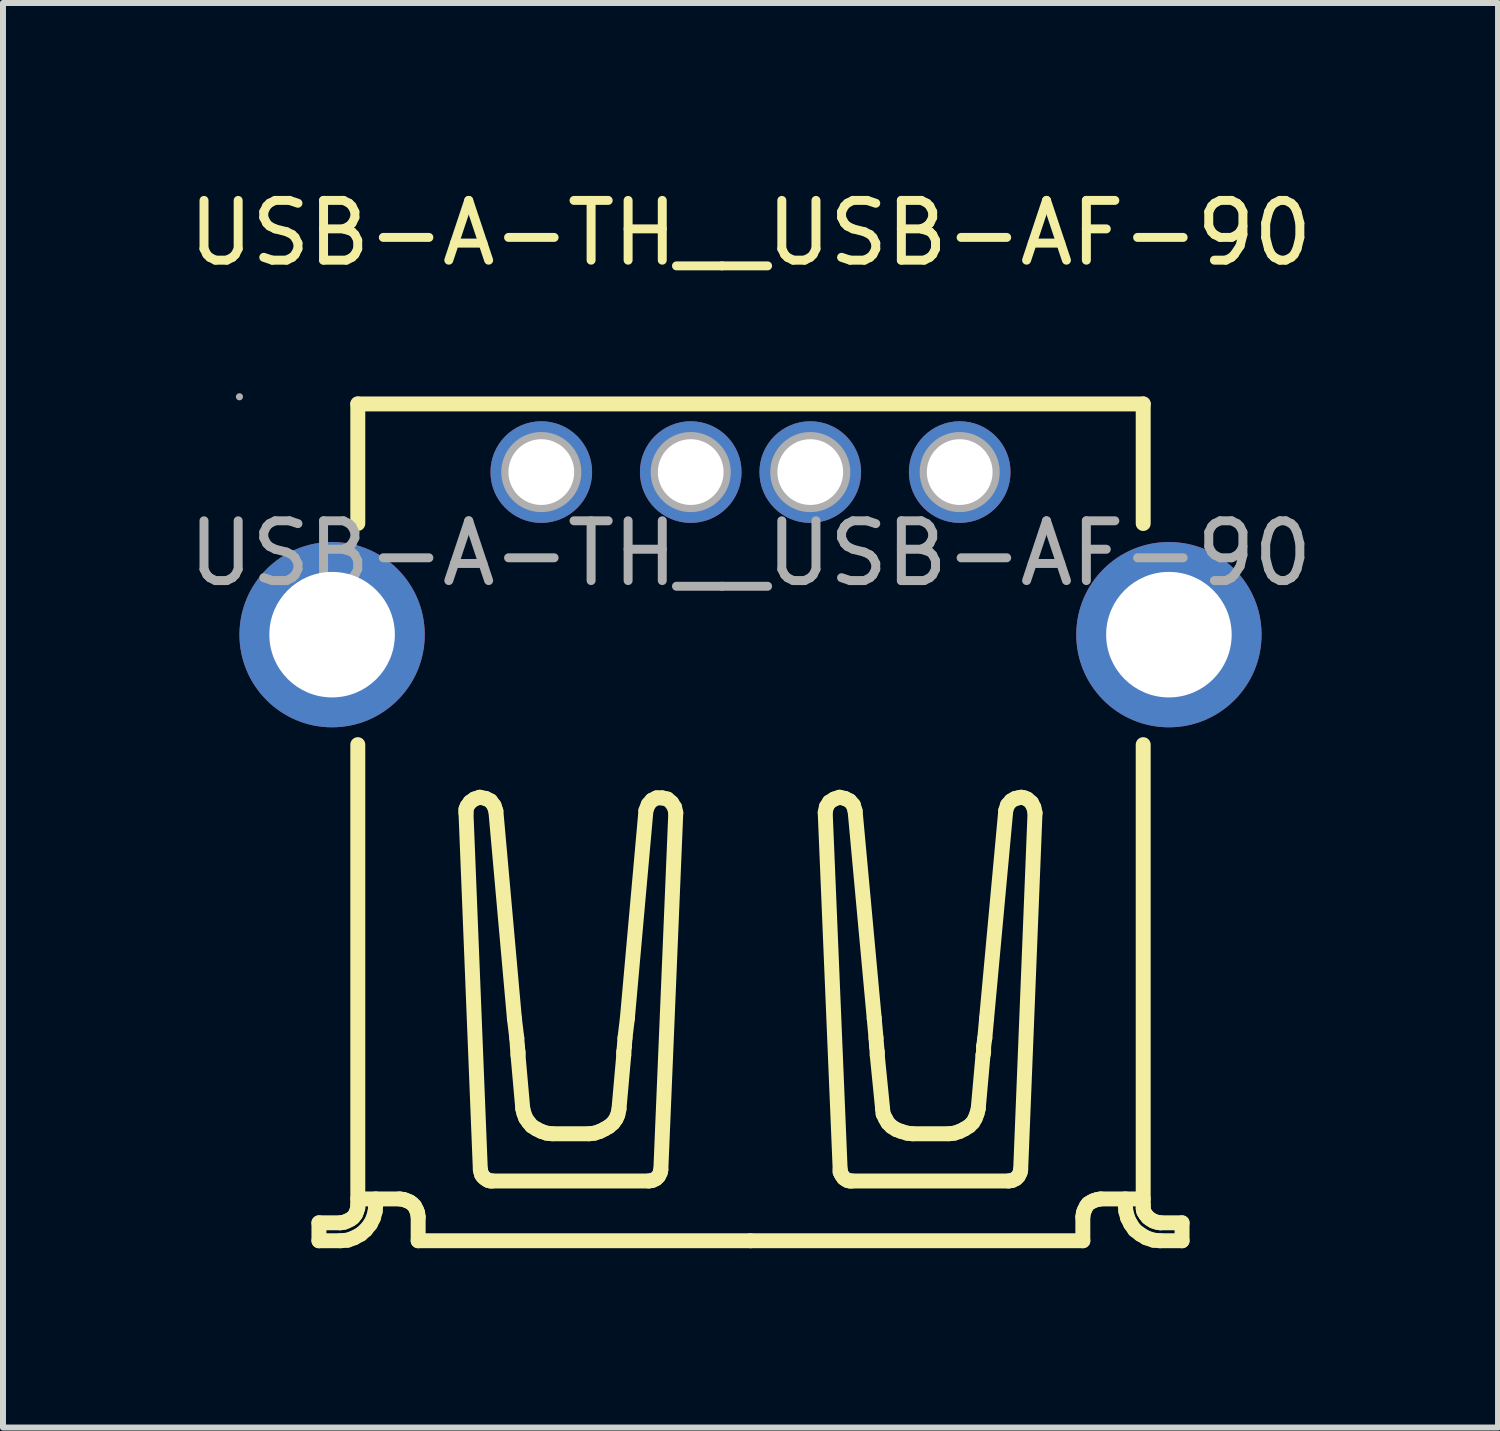
<source format=kicad_pcb>
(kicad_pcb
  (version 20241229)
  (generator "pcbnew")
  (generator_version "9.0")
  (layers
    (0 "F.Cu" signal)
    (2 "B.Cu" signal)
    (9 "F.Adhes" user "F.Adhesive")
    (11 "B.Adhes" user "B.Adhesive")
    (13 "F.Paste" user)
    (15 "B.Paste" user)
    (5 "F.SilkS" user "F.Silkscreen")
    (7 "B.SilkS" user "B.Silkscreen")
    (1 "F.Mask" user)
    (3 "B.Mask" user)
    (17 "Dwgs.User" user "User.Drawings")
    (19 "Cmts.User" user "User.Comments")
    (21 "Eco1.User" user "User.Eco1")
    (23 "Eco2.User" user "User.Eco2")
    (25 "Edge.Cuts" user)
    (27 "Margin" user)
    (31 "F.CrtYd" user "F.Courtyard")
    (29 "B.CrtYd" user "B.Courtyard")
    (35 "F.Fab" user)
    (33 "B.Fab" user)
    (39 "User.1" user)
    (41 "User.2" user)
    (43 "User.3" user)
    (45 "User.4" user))
  (footprint "USB-A-TH__USB-AF-90"
    (layer "F.Cu")
    (at 9.506 6.208)
    (property "Reference" "USB-A-TH__USB-AF-90" (at 0 -5.36 0) (layer "F.SilkS") (effects (font (size 1 1) (thickness 0.15))))
    (attr through_hole)
    (fp_line (start -7.22 11.2) (end -6.87 11.2) (stroke (width 0.25) (type solid)) (layer "F.SilkS"))
    (fp_line (start -7.22 11.5) (end -7.22 11.2) (stroke (width 0.25) (type solid)) (layer "F.SilkS"))
    (fp_line (start -6.87 11.5) (end -7.22 11.5) (stroke (width 0.25) (type solid)) (layer "F.SilkS"))
    (fp_line (start -6.8 11.19) (end -6.86 11.2) (stroke (width 0.25) (type solid)) (layer "F.SilkS"))
    (fp_line (start -6.75 11.17) (end -6.8 11.19) (stroke (width 0.25) (type solid)) (layer "F.SilkS"))
    (fp_line (start -6.74 11.49) (end -6.86 11.5) (stroke (width 0.25) (type solid)) (layer "F.SilkS"))
    (fp_line (start -6.69 11.14) (end -6.75 11.17) (stroke (width 0.25) (type solid)) (layer "F.SilkS"))
    (fp_line (start -6.65 11.11) (end -6.69 11.14) (stroke (width 0.25) (type solid)) (layer "F.SilkS"))
    (fp_line (start -6.63 11.45) (end -6.74 11.49) (stroke (width 0.25) (type solid)) (layer "F.SilkS"))
    (fp_line (start -6.61 11.06) (end -6.65 11.11) (stroke (width 0.25) (type solid)) (layer "F.SilkS"))
    (fp_line (start -6.59 11.01) (end -6.61 11.06) (stroke (width 0.25) (type solid)) (layer "F.SilkS"))
    (fp_line (start -6.57 -2.5) (end 6.57 -2.5) (stroke (width 0.25) (type solid)) (layer "F.SilkS"))
    (fp_line (start -6.57 -0.5) (end -6.57 -2.5) (stroke (width 0.25) (type solid)) (layer "F.SilkS"))
    (fp_line (start -6.57 10.8) (end -5.87 10.8) (stroke (width 0.25) (type solid)) (layer "F.SilkS"))
    (fp_line (start -6.57 10.9) (end -6.57 3.2) (stroke (width 0.25) (type solid)) (layer "F.SilkS"))
    (fp_line (start -6.57 10.9) (end -6.57 10.95) (stroke (width 0.25) (type solid)) (layer "F.SilkS"))
    (fp_line (start -6.57 10.95) (end -6.59 11.01) (stroke (width 0.25) (type solid)) (layer "F.SilkS"))
    (fp_line (start -6.52 11.39) (end -6.63 11.45) (stroke (width 0.25) (type solid)) (layer "F.SilkS"))
    (fp_line (start -6.44 11.32) (end -6.52 11.39) (stroke (width 0.25) (type solid)) (layer "F.SilkS"))
    (fp_line (start -6.36 11.22) (end -6.44 11.32) (stroke (width 0.25) (type solid)) (layer "F.SilkS"))
    (fp_line (start -6.31 11.12) (end -6.36 11.22) (stroke (width 0.25) (type solid)) (layer "F.SilkS"))
    (fp_line (start -6.28 11.01) (end -6.31 11.12) (stroke (width 0.25) (type solid)) (layer "F.SilkS"))
    (fp_line (start -6.27 10.8) (end -6.27 10.9) (stroke (width 0.25) (type solid)) (layer "F.SilkS"))
    (fp_line (start -6.27 10.9) (end -6.28 11.01) (stroke (width 0.25) (type solid)) (layer "F.SilkS"))
    (fp_line (start -5.87 10.8) (end -5.8 10.81) (stroke (width 0.25) (type solid)) (layer "F.SilkS"))
    (fp_line (start -5.8 10.81) (end -5.75 10.83) (stroke (width 0.25) (type solid)) (layer "F.SilkS"))
    (fp_line (start -5.75 10.83) (end -5.7 10.85) (stroke (width 0.25) (type solid)) (layer "F.SilkS"))
    (fp_line (start -5.7 10.85) (end -5.66 10.88) (stroke (width 0.25) (type solid)) (layer "F.SilkS"))
    (fp_line (start -5.66 10.88) (end -5.62 10.92) (stroke (width 0.25) (type solid)) (layer "F.SilkS"))
    (fp_line (start -5.62 10.92) (end -5.59 10.98) (stroke (width 0.25) (type solid)) (layer "F.SilkS"))
    (fp_line (start -5.59 10.98) (end -5.57 11.03) (stroke (width 0.25) (type solid)) (layer "F.SilkS"))
    (fp_line (start -5.57 11.03) (end -5.56 11.1) (stroke (width 0.25) (type solid)) (layer "F.SilkS"))
    (fp_line (start -5.56 11.5) (end -5.56 11.1) (stroke (width 0.25) (type solid)) (layer "F.SilkS"))
    (fp_line (start -5.56 11.5) (end 0 11.5) (stroke (width 0.25) (type solid)) (layer "F.SilkS"))
    (fp_line (start -4.76 4.28) (end -4.76 4.34) (stroke (width 0.25) (type solid)) (layer "F.SilkS"))
    (fp_line (start -4.76 4.34) (end -4.52 10.31) (stroke (width 0.25) (type solid)) (layer "F.SilkS"))
    (fp_line (start -4.74 4.23) (end -4.76 4.28) (stroke (width 0.25) (type solid)) (layer "F.SilkS"))
    (fp_line (start -4.69 4.16) (end -4.74 4.23) (stroke (width 0.25) (type solid)) (layer "F.SilkS"))
    (fp_line (start -4.62 4.11) (end -4.69 4.16) (stroke (width 0.25) (type solid)) (layer "F.SilkS"))
    (fp_line (start -4.53 4.08) (end -4.62 4.11) (stroke (width 0.25) (type solid)) (layer "F.SilkS"))
    (fp_line (start -4.52 10.31) (end -4.51 10.35) (stroke (width 0.25) (type solid)) (layer "F.SilkS"))
    (fp_line (start -4.51 10.35) (end -4.5 10.39) (stroke (width 0.25) (type solid)) (layer "F.SilkS"))
    (fp_line (start -4.5 10.39) (end -4.48 10.42) (stroke (width 0.25) (type solid)) (layer "F.SilkS"))
    (fp_line (start -4.48 10.42) (end -4.45 10.45) (stroke (width 0.25) (type solid)) (layer "F.SilkS"))
    (fp_line (start -4.45 10.45) (end -4.42 10.47) (stroke (width 0.25) (type solid)) (layer "F.SilkS"))
    (fp_line (start -4.43 4.1) (end -4.53 4.08) (stroke (width 0.25) (type solid)) (layer "F.SilkS"))
    (fp_line (start -4.42 10.47) (end -4.39 10.49) (stroke (width 0.25) (type solid)) (layer "F.SilkS"))
    (fp_line (start -4.39 10.49) (end -4.35 10.5) (stroke (width 0.25) (type solid)) (layer "F.SilkS"))
    (fp_line (start -4.35 4.14) (end -4.43 4.1) (stroke (width 0.25) (type solid)) (layer "F.SilkS"))
    (fp_line (start -4.35 10.5) (end -4.32 10.5) (stroke (width 0.25) (type solid)) (layer "F.SilkS"))
    (fp_line (start -4.31 10.5) (end -1.7 10.5) (stroke (width 0.25) (type solid)) (layer "F.SilkS"))
    (fp_line (start -4.29 4.22) (end -4.35 4.14) (stroke (width 0.25) (type solid)) (layer "F.SilkS"))
    (fp_line (start -4.26 4.31) (end -4.29 4.22) (stroke (width 0.25) (type solid)) (layer "F.SilkS"))
    (fp_line (start -3.95 7.78) (end -4.26 4.31) (stroke (width 0.25) (type solid)) (layer "F.SilkS"))
    (fp_line (start -3.95 7.78) (end -3.91 8.11) (stroke (width 0.25) (type solid)) (layer "F.SilkS"))
    (fp_line (start -3.91 8.11) (end -3.9 8.25) (stroke (width 0.25) (type solid)) (layer "F.SilkS"))
    (fp_line (start -3.89 8.34) (end -3.9 8.25) (stroke (width 0.25) (type solid)) (layer "F.SilkS"))
    (fp_line (start -3.89 8.39) (end -3.89 8.34) (stroke (width 0.25) (type solid)) (layer "F.SilkS"))
    (fp_line (start -3.81 9.29) (end -3.89 8.39) (stroke (width 0.25) (type solid)) (layer "F.SilkS"))
    (fp_line (start -3.81 9.29) (end -3.79 9.37) (stroke (width 0.25) (type solid)) (layer "F.SilkS"))
    (fp_line (start -3.79 9.37) (end -3.76 9.45) (stroke (width 0.25) (type solid)) (layer "F.SilkS"))
    (fp_line (start -3.76 9.45) (end -3.71 9.52) (stroke (width 0.25) (type solid)) (layer "F.SilkS"))
    (fp_line (start -3.71 9.52) (end -3.66 9.58) (stroke (width 0.25) (type solid)) (layer "F.SilkS"))
    (fp_line (start -3.66 9.58) (end -3.58 9.63) (stroke (width 0.25) (type solid)) (layer "F.SilkS"))
    (fp_line (start -3.58 9.63) (end -3.5 9.67) (stroke (width 0.25) (type solid)) (layer "F.SilkS"))
    (fp_line (start -3.5 9.67) (end -3.41 9.7) (stroke (width 0.25) (type solid)) (layer "F.SilkS"))
    (fp_line (start -3.41 9.7) (end -3.32 9.71) (stroke (width 0.25) (type solid)) (layer "F.SilkS"))
    (fp_line (start -2.7 9.71) (end -3.31 9.71) (stroke (width 0.25) (type solid)) (layer "F.SilkS"))
    (fp_line (start -2.7 9.71) (end -2.61 9.7) (stroke (width 0.25) (type solid)) (layer "F.SilkS"))
    (fp_line (start -2.61 9.7) (end -2.52 9.67) (stroke (width 0.25) (type solid)) (layer "F.SilkS"))
    (fp_line (start -2.52 9.67) (end -2.44 9.63) (stroke (width 0.25) (type solid)) (layer "F.SilkS"))
    (fp_line (start -2.44 9.63) (end -2.37 9.59) (stroke (width 0.25) (type solid)) (layer "F.SilkS"))
    (fp_line (start -2.37 9.59) (end -2.3 9.53) (stroke (width 0.25) (type solid)) (layer "F.SilkS"))
    (fp_line (start -2.3 9.53) (end -2.25 9.46) (stroke (width 0.25) (type solid)) (layer "F.SilkS"))
    (fp_line (start -2.25 9.46) (end -2.22 9.39) (stroke (width 0.25) (type solid)) (layer "F.SilkS"))
    (fp_line (start -2.22 9.39) (end -2.2 9.3) (stroke (width 0.25) (type solid)) (layer "F.SilkS"))
    (fp_line (start -2.12 8.34) (end -2.11 8.25) (stroke (width 0.25) (type solid)) (layer "F.SilkS"))
    (fp_line (start -2.12 8.39) (end -2.2 9.29) (stroke (width 0.25) (type solid)) (layer "F.SilkS"))
    (fp_line (start -2.12 8.39) (end -2.12 8.34) (stroke (width 0.25) (type solid)) (layer "F.SilkS"))
    (fp_line (start -2.1 8.11) (end -2.11 8.25) (stroke (width 0.25) (type solid)) (layer "F.SilkS"))
    (fp_line (start -2.06 7.78) (end -2.1 8.11) (stroke (width 0.25) (type solid)) (layer "F.SilkS"))
    (fp_line (start -2.06 7.78) (end -1.75 4.31) (stroke (width 0.25) (type solid)) (layer "F.SilkS"))
    (fp_line (start -1.71 4.2) (end -1.75 4.3) (stroke (width 0.25) (type solid)) (layer "F.SilkS"))
    (fp_line (start -1.7 10.5) (end -1.64 10.49) (stroke (width 0.25) (type solid)) (layer "F.SilkS"))
    (fp_line (start -1.65 4.13) (end -1.71 4.2) (stroke (width 0.25) (type solid)) (layer "F.SilkS"))
    (fp_line (start -1.64 10.49) (end -1.58 10.46) (stroke (width 0.25) (type solid)) (layer "F.SilkS"))
    (fp_line (start -1.58 10.46) (end -1.54 10.42) (stroke (width 0.25) (type solid)) (layer "F.SilkS"))
    (fp_line (start -1.57 4.09) (end -1.65 4.13) (stroke (width 0.25) (type solid)) (layer "F.SilkS"))
    (fp_line (start -1.54 10.42) (end -1.51 10.36) (stroke (width 0.25) (type solid)) (layer "F.SilkS"))
    (fp_line (start -1.51 10.36) (end -1.5 10.31) (stroke (width 0.25) (type solid)) (layer "F.SilkS"))
    (fp_line (start -1.5 10.31) (end -1.25 4.34) (stroke (width 0.25) (type solid)) (layer "F.SilkS"))
    (fp_line (start -1.48 4.09) (end -1.57 4.09) (stroke (width 0.25) (type solid)) (layer "F.SilkS"))
    (fp_line (start -1.39 4.11) (end -1.48 4.09) (stroke (width 0.25) (type solid)) (layer "F.SilkS"))
    (fp_line (start -1.32 4.17) (end -1.39 4.11) (stroke (width 0.25) (type solid)) (layer "F.SilkS"))
    (fp_line (start -1.27 4.25) (end -1.32 4.17) (stroke (width 0.25) (type solid)) (layer "F.SilkS"))
    (fp_line (start -1.25 4.34) (end -1.27 4.25) (stroke (width 0.25) (type solid)) (layer "F.SilkS"))
    (fp_line (start 1.27 4.24) (end 1.25 4.33) (stroke (width 0.25) (type solid)) (layer "F.SilkS"))
    (fp_line (start 1.32 4.16) (end 1.27 4.24) (stroke (width 0.25) (type solid)) (layer "F.SilkS"))
    (fp_line (start 1.4 4.11) (end 1.32 4.16) (stroke (width 0.25) (type solid)) (layer "F.SilkS"))
    (fp_line (start 1.49 4.08) (end 1.4 4.11) (stroke (width 0.25) (type solid)) (layer "F.SilkS"))
    (fp_line (start 1.5 10.31) (end 1.25 4.34) (stroke (width 0.25) (type solid)) (layer "F.SilkS"))
    (fp_line (start 1.5 10.31) (end 1.5 10.35) (stroke (width 0.25) (type solid)) (layer "F.SilkS"))
    (fp_line (start 1.5 10.35) (end 1.52 10.39) (stroke (width 0.25) (type solid)) (layer "F.SilkS"))
    (fp_line (start 1.52 10.39) (end 1.54 10.42) (stroke (width 0.25) (type solid)) (layer "F.SilkS"))
    (fp_line (start 1.54 10.42) (end 1.56 10.45) (stroke (width 0.25) (type solid)) (layer "F.SilkS"))
    (fp_line (start 1.56 10.45) (end 1.59 10.47) (stroke (width 0.25) (type solid)) (layer "F.SilkS"))
    (fp_line (start 1.58 4.1) (end 1.49 4.08) (stroke (width 0.25) (type solid)) (layer "F.SilkS"))
    (fp_line (start 1.59 10.47) (end 1.62 10.49) (stroke (width 0.25) (type solid)) (layer "F.SilkS"))
    (fp_line (start 1.62 10.49) (end 1.66 10.5) (stroke (width 0.25) (type solid)) (layer "F.SilkS"))
    (fp_line (start 1.66 4.14) (end 1.58 4.1) (stroke (width 0.25) (type solid)) (layer "F.SilkS"))
    (fp_line (start 1.66 10.5) (end 1.7 10.5) (stroke (width 0.25) (type solid)) (layer "F.SilkS"))
    (fp_line (start 1.72 4.21) (end 1.66 4.14) (stroke (width 0.25) (type solid)) (layer "F.SilkS"))
    (fp_line (start 1.75 4.31) (end 1.72 4.21) (stroke (width 0.25) (type solid)) (layer "F.SilkS"))
    (fp_line (start 2.07 7.78) (end 1.75 4.31) (stroke (width 0.25) (type solid)) (layer "F.SilkS"))
    (fp_line (start 2.07 7.78) (end 2.1 8.11) (stroke (width 0.25) (type solid)) (layer "F.SilkS"))
    (fp_line (start 2.1 8.11) (end 2.11 8.25) (stroke (width 0.25) (type solid)) (layer "F.SilkS"))
    (fp_line (start 2.12 8.34) (end 2.11 8.25) (stroke (width 0.25) (type solid)) (layer "F.SilkS"))
    (fp_line (start 2.12 8.39) (end 2.12 8.34) (stroke (width 0.25) (type solid)) (layer "F.SilkS"))
    (fp_line (start 2.12 8.39) (end 2.21 9.29) (stroke (width 0.25) (type solid)) (layer "F.SilkS"))
    (fp_line (start 2.22 9.38) (end 2.21 9.3) (stroke (width 0.25) (type solid)) (layer "F.SilkS"))
    (fp_line (start 2.26 9.46) (end 2.22 9.38) (stroke (width 0.25) (type solid)) (layer "F.SilkS"))
    (fp_line (start 2.3 9.53) (end 2.26 9.46) (stroke (width 0.25) (type solid)) (layer "F.SilkS"))
    (fp_line (start 2.36 9.59) (end 2.3 9.53) (stroke (width 0.25) (type solid)) (layer "F.SilkS"))
    (fp_line (start 2.44 9.64) (end 2.36 9.59) (stroke (width 0.25) (type solid)) (layer "F.SilkS"))
    (fp_line (start 2.52 9.67) (end 2.44 9.64) (stroke (width 0.25) (type solid)) (layer "F.SilkS"))
    (fp_line (start 2.62 9.7) (end 2.52 9.67) (stroke (width 0.25) (type solid)) (layer "F.SilkS"))
    (fp_line (start 2.71 9.71) (end 2.62 9.7) (stroke (width 0.25) (type solid)) (layer "F.SilkS"))
    (fp_line (start 2.71 9.71) (end 3.31 9.71) (stroke (width 0.25) (type solid)) (layer "F.SilkS"))
    (fp_line (start 3.41 9.7) (end 3.32 9.71) (stroke (width 0.25) (type solid)) (layer "F.SilkS"))
    (fp_line (start 3.5 9.67) (end 3.41 9.7) (stroke (width 0.25) (type solid)) (layer "F.SilkS"))
    (fp_line (start 3.58 9.63) (end 3.5 9.67) (stroke (width 0.25) (type solid)) (layer "F.SilkS"))
    (fp_line (start 3.66 9.58) (end 3.58 9.63) (stroke (width 0.25) (type solid)) (layer "F.SilkS"))
    (fp_line (start 3.72 9.52) (end 3.66 9.58) (stroke (width 0.25) (type solid)) (layer "F.SilkS"))
    (fp_line (start 3.76 9.45) (end 3.72 9.52) (stroke (width 0.25) (type solid)) (layer "F.SilkS"))
    (fp_line (start 3.79 9.37) (end 3.76 9.45) (stroke (width 0.25) (type solid)) (layer "F.SilkS"))
    (fp_line (start 3.81 9.29) (end 3.79 9.37) (stroke (width 0.25) (type solid)) (layer "F.SilkS"))
    (fp_line (start 3.89 8.39) (end 3.81 9.29) (stroke (width 0.25) (type solid)) (layer "F.SilkS"))
    (fp_line (start 3.89 8.39) (end 3.9 8.34) (stroke (width 0.25) (type solid)) (layer "F.SilkS"))
    (fp_line (start 3.9 8.34) (end 3.9 8.25) (stroke (width 0.25) (type solid)) (layer "F.SilkS"))
    (fp_line (start 3.92 8.11) (end 3.9 8.25) (stroke (width 0.25) (type solid)) (layer "F.SilkS"))
    (fp_line (start 3.95 7.78) (end 3.92 8.11) (stroke (width 0.25) (type solid)) (layer "F.SilkS"))
    (fp_line (start 3.95 7.78) (end 4.27 4.31) (stroke (width 0.25) (type solid)) (layer "F.SilkS"))
    (fp_line (start 4.3 4.21) (end 4.27 4.3) (stroke (width 0.25) (type solid)) (layer "F.SilkS"))
    (fp_line (start 4.32 10.5) (end 1.7 10.5) (stroke (width 0.25) (type solid)) (layer "F.SilkS"))
    (fp_line (start 4.32 10.5) (end 4.38 10.49) (stroke (width 0.25) (type solid)) (layer "F.SilkS"))
    (fp_line (start 4.36 4.14) (end 4.3 4.21) (stroke (width 0.25) (type solid)) (layer "F.SilkS"))
    (fp_line (start 4.38 10.49) (end 4.44 10.46) (stroke (width 0.25) (type solid)) (layer "F.SilkS"))
    (fp_line (start 4.43 4.1) (end 4.36 4.14) (stroke (width 0.25) (type solid)) (layer "F.SilkS"))
    (fp_line (start 4.44 10.46) (end 4.48 10.42) (stroke (width 0.25) (type solid)) (layer "F.SilkS"))
    (fp_line (start 4.48 4.09) (end 4.43 4.1) (stroke (width 0.25) (type solid)) (layer "F.SilkS"))
    (fp_line (start 4.48 10.42) (end 4.51 10.36) (stroke (width 0.25) (type solid)) (layer "F.SilkS"))
    (fp_line (start 4.51 10.36) (end 4.52 10.31) (stroke (width 0.25) (type solid)) (layer "F.SilkS"))
    (fp_line (start 4.53 4.08) (end 4.48 4.09) (stroke (width 0.25) (type solid)) (layer "F.SilkS"))
    (fp_line (start 4.58 4.09) (end 4.53 4.08) (stroke (width 0.25) (type solid)) (layer "F.SilkS"))
    (fp_line (start 4.63 4.11) (end 4.58 4.09) (stroke (width 0.25) (type solid)) (layer "F.SilkS"))
    (fp_line (start 4.7 4.17) (end 4.63 4.11) (stroke (width 0.25) (type solid)) (layer "F.SilkS"))
    (fp_line (start 4.74 4.25) (end 4.7 4.17) (stroke (width 0.25) (type solid)) (layer "F.SilkS"))
    (fp_line (start 4.76 4.34) (end 4.52 10.31) (stroke (width 0.25) (type solid)) (layer "F.SilkS"))
    (fp_line (start 4.76 4.34) (end 4.74 4.25) (stroke (width 0.25) (type solid)) (layer "F.SilkS"))
    (fp_line (start 5.56 11.5) (end 0 11.5) (stroke (width 0.25) (type solid)) (layer "F.SilkS"))
    (fp_line (start 5.56 11.5) (end 5.56 11.1) (stroke (width 0.25) (type solid)) (layer "F.SilkS"))
    (fp_line (start 5.57 11.03) (end 5.56 11.1) (stroke (width 0.25) (type solid)) (layer "F.SilkS"))
    (fp_line (start 5.59 10.98) (end 5.57 11.03) (stroke (width 0.25) (type solid)) (layer "F.SilkS"))
    (fp_line (start 5.62 10.92) (end 5.59 10.98) (stroke (width 0.25) (type solid)) (layer "F.SilkS"))
    (fp_line (start 5.65 10.88) (end 5.62 10.92) (stroke (width 0.25) (type solid)) (layer "F.SilkS"))
    (fp_line (start 5.7 10.85) (end 5.65 10.88) (stroke (width 0.25) (type solid)) (layer "F.SilkS"))
    (fp_line (start 5.74 10.83) (end 5.7 10.85) (stroke (width 0.25) (type solid)) (layer "F.SilkS"))
    (fp_line (start 5.8 10.81) (end 5.74 10.83) (stroke (width 0.25) (type solid)) (layer "F.SilkS"))
    (fp_line (start 5.86 10.8) (end 5.8 10.81) (stroke (width 0.25) (type solid)) (layer "F.SilkS"))
    (fp_line (start 6.27 10.8) (end 6.27 10.9) (stroke (width 0.25) (type solid)) (layer "F.SilkS"))
    (fp_line (start 6.27 10.9) (end 6.28 11.01) (stroke (width 0.25) (type solid)) (layer "F.SilkS"))
    (fp_line (start 6.28 11.01) (end 6.31 11.12) (stroke (width 0.25) (type solid)) (layer "F.SilkS"))
    (fp_line (start 6.31 11.12) (end 6.36 11.22) (stroke (width 0.25) (type solid)) (layer "F.SilkS"))
    (fp_line (start 6.36 11.22) (end 6.43 11.32) (stroke (width 0.25) (type solid)) (layer "F.SilkS"))
    (fp_line (start 6.43 11.32) (end 6.52 11.39) (stroke (width 0.25) (type solid)) (layer "F.SilkS"))
    (fp_line (start 6.52 11.39) (end 6.62 11.45) (stroke (width 0.25) (type solid)) (layer "F.SilkS"))
    (fp_line (start 6.57 -0.5) (end 6.57 -2.5) (stroke (width 0.25) (type solid)) (layer "F.SilkS"))
    (fp_line (start 6.57 10.8) (end 5.86 10.8) (stroke (width 0.25) (type solid)) (layer "F.SilkS"))
    (fp_line (start 6.57 10.9) (end 6.57 3.2) (stroke (width 0.25) (type solid)) (layer "F.SilkS"))
    (fp_line (start 6.57 10.9) (end 6.57 10.96) (stroke (width 0.25) (type solid)) (layer "F.SilkS"))
    (fp_line (start 6.57 10.96) (end 6.58 11.01) (stroke (width 0.25) (type solid)) (layer "F.SilkS"))
    (fp_line (start 6.58 11.01) (end 6.61 11.06) (stroke (width 0.25) (type solid)) (layer "F.SilkS"))
    (fp_line (start 6.61 11.06) (end 6.65 11.11) (stroke (width 0.25) (type solid)) (layer "F.SilkS"))
    (fp_line (start 6.62 11.45) (end 6.74 11.49) (stroke (width 0.25) (type solid)) (layer "F.SilkS"))
    (fp_line (start 6.65 11.11) (end 6.69 11.14) (stroke (width 0.25) (type solid)) (layer "F.SilkS"))
    (fp_line (start 6.69 11.14) (end 6.74 11.17) (stroke (width 0.25) (type solid)) (layer "F.SilkS"))
    (fp_line (start 6.74 11.17) (end 6.8 11.19) (stroke (width 0.25) (type solid)) (layer "F.SilkS"))
    (fp_line (start 6.74 11.49) (end 6.85 11.5) (stroke (width 0.25) (type solid)) (layer "F.SilkS"))
    (fp_line (start 6.8 11.19) (end 6.86 11.2) (stroke (width 0.25) (type solid)) (layer "F.SilkS"))
    (fp_line (start 6.86 11.5) (end 7.22 11.5) (stroke (width 0.25) (type solid)) (layer "F.SilkS"))
    (fp_line (start 7.22 11.2) (end 6.86 11.2) (stroke (width 0.25) (type solid)) (layer "F.SilkS"))
    (fp_line (start 7.22 11.5) (end 7.22 11.2) (stroke (width 0.25) (type solid)) (layer "F.SilkS"))
    (fp_circle (center -8.55 -2.62) (end -8.52 -2.62) (stroke (width 0.06) (type solid)) (fill no) (layer "F.Fab"))
    (fp_circle (center -7 1.36) (end -6.52 1.36) (stroke (width 0.95) (type solid)) (fill no) (layer "F.Fab"))
    (fp_circle (center -3.5 -1.36) (end -3.28 -1.36) (stroke (width 0.45) (type solid)) (fill no) (layer "F.Fab"))
    (fp_circle (center -1 -1.36) (end -0.78 -1.36) (stroke (width 0.45) (type solid)) (fill no) (layer "F.Fab"))
    (fp_circle (center 1 -1.36) (end 1.22 -1.36) (stroke (width 0.45) (type solid)) (fill no) (layer "F.Fab"))
    (fp_circle (center 3.5 -1.36) (end 3.72 -1.36) (stroke (width 0.45) (type solid)) (fill no) (layer "F.Fab"))
    (fp_circle (center 7 1.36) (end 7.48 1.36) (stroke (width 0.95) (type solid)) (fill no) (layer "F.Fab"))
    (fp_text user "${REFERENCE}" (at 0 0 0) (layer "F.Fab") (effects (font (size 1 1) (thickness 0.15))))
    (pad "1" thru_hole circle (at -3.5 -1.36 270) (size 1.7 1.7) (drill 1.1) (layers "*.Cu" "*.Paste" "*.Mask"))
    (pad "2" thru_hole circle (at -1 -1.36 270) (size 1.7 1.7) (drill 1.1) (layers "*.Cu" "*.Paste" "*.Mask"))
    (pad "3" thru_hole circle (at 1 -1.36 270) (size 1.7 1.7) (drill 1.1) (layers "*.Cu" "*.Paste" "*.Mask"))
    (pad "4" thru_hole circle (at 3.5 -1.36 270) (size 1.7 1.7) (drill 1.1) (layers "*.Cu" "*.Paste" "*.Mask"))
    (pad "SH1" thru_hole circle (at 7 1.36 90) (size 3.1 3.1) (drill 2.1) (layers "*.Cu" "*.Paste" "*.Mask"))
    (pad "SH2" thru_hole circle (at -7 1.36 90) (size 3.1 3.1) (drill 2.1) (layers "*.Cu" "*.Paste" "*.Mask")))
  (gr_rect
    (start -3 -3)
    (end 22.012 20.833)
    (stroke (width 0.1) (type default))
    (fill no)
    (layer "Edge.Cuts")))
</source>
